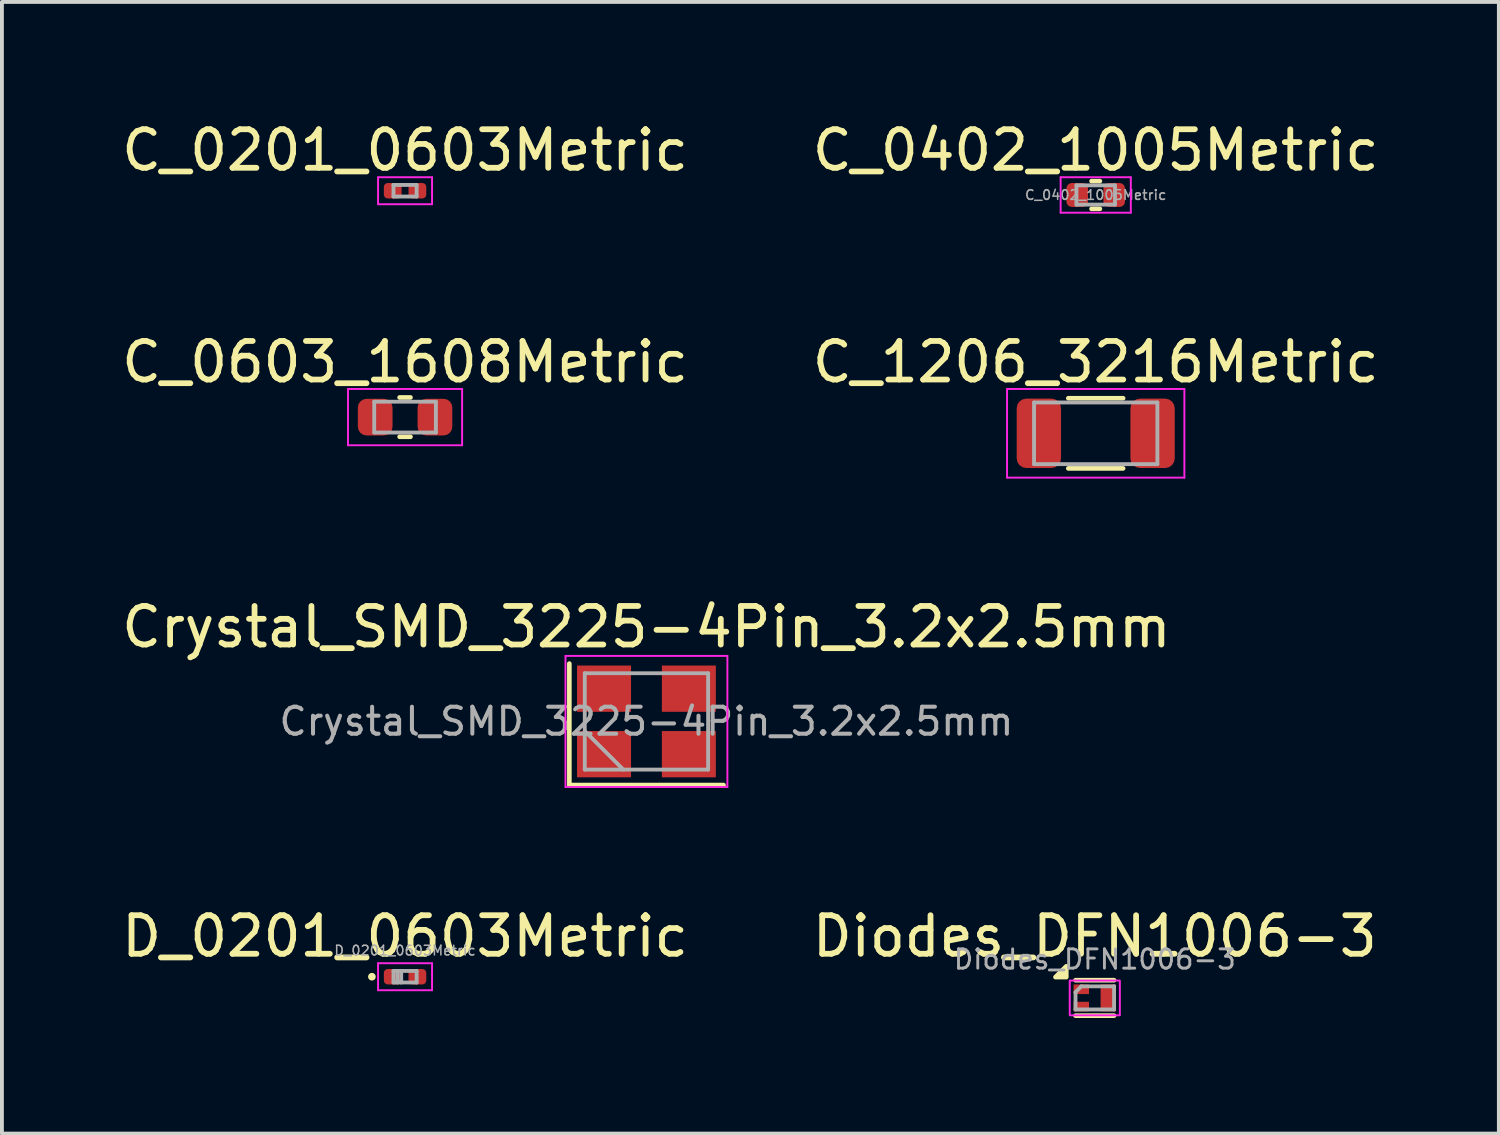
<source format=kicad_pcb>
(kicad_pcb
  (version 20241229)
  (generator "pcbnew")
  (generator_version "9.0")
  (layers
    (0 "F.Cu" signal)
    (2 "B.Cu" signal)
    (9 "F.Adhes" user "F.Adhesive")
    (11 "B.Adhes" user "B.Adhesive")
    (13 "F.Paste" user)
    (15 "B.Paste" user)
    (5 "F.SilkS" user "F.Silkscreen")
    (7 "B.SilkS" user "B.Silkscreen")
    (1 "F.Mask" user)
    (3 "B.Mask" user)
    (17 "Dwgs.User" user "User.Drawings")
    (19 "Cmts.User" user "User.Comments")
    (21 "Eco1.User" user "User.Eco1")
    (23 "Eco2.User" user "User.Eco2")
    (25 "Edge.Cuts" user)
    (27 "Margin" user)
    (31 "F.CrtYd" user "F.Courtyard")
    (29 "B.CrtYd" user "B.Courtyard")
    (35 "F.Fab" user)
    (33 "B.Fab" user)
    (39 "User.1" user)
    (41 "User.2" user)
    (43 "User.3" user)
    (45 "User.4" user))
  (footprint "D_0201_0603Metric"
    (layer "F.Cu")
    (at 7.458 22.288)
    (property "Reference" "D_0201_0603Metric" (at 0 -1.05 0) (layer "F.SilkS") (effects (font (size 1 1) (thickness 0.15))))
    (attr smd)
    (fp_circle (center -0.86 0) (end -0.81 0) (stroke (width 0.1) (type solid)) (fill no) (layer "F.SilkS"))
    (fp_line (start -0.7 -0.35) (end 0.7 -0.35) (stroke (width 0.05) (type solid)) (layer "F.CrtYd"))
    (fp_line (start -0.7 0.35) (end -0.7 -0.35) (stroke (width 0.05) (type solid)) (layer "F.CrtYd"))
    (fp_line (start 0.7 -0.35) (end 0.7 0.35) (stroke (width 0.05) (type solid)) (layer "F.CrtYd"))
    (fp_line (start 0.7 0.35) (end -0.7 0.35) (stroke (width 0.05) (type solid)) (layer "F.CrtYd"))
    (fp_line (start -0.3 -0.15) (end 0.3 -0.15) (stroke (width 0.1) (type solid)) (layer "F.Fab"))
    (fp_line (start -0.3 0.15) (end -0.3 -0.15) (stroke (width 0.1) (type solid)) (layer "F.Fab"))
    (fp_line (start -0.2 0.15) (end -0.2 -0.15) (stroke (width 0.1) (type solid)) (layer "F.Fab"))
    (fp_line (start -0.1 0.15) (end -0.1 -0.15) (stroke (width 0.1) (type solid)) (layer "F.Fab"))
    (fp_line (start 0.3 -0.15) (end 0.3 0.15) (stroke (width 0.1) (type solid)) (layer "F.Fab"))
    (fp_line (start 0.3 0.15) (end -0.3 0.15) (stroke (width 0.1) (type solid)) (layer "F.Fab"))
    (fp_text user "${REFERENCE}" (at 0 -0.68 0) (layer "F.Fab") (effects (font (size 0.25 0.25) (thickness 0.04))))
    (pad "" smd roundrect (at -0.345 0) (size 0.318 0.36) (layers "F.Paste") (roundrect_rratio 0.25))
    (pad "" smd roundrect (at 0.345 0) (size 0.318 0.36) (layers "F.Paste") (roundrect_rratio 0.25))
    (pad "1" smd roundrect (at -0.32 0) (size 0.46 0.4) (layers "F.Cu" "F.Mask") (roundrect_rratio 0.25))
    (pad "2" smd roundrect (at 0.32 0) (size 0.46 0.4) (layers "F.Cu" "F.Mask") (roundrect_rratio 0.25)))
  (footprint "Crystal_SMD_3225-4Pin_3.2x2.5mm"
    (layer "F.Cu")
    (at 13.72 15.665)
    (property "Reference" "Crystal_SMD_3225-4Pin_3.2x2.5mm" (at 0 -2.45 0) (layer "F.SilkS") (effects (font (size 1 1) (thickness 0.15))))
    (attr smd)
    (fp_line (start -2 1.65) (end -2 -1.5) (stroke (width 0.12) (type solid)) (layer "F.SilkS"))
    (fp_line (start 2 1.65) (end -2 1.65) (stroke (width 0.12) (type solid)) (layer "F.SilkS"))
    (fp_line (start -2.1 -1.7) (end 2.1 -1.7) (stroke (width 0.05) (type solid)) (layer "F.CrtYd"))
    (fp_line (start -2.1 1.7) (end -2.1 -1.7) (stroke (width 0.05) (type solid)) (layer "F.CrtYd"))
    (fp_line (start 2.1 -1.7) (end 2.1 1.7) (stroke (width 0.05) (type solid)) (layer "F.CrtYd"))
    (fp_line (start 2.1 1.7) (end -2.1 1.7) (stroke (width 0.05) (type solid)) (layer "F.CrtYd"))
    (fp_line (start -1.6 -1.25) (end 1.6 -1.25) (stroke (width 0.1) (type solid)) (layer "F.Fab"))
    (fp_line (start -1.6 1.25) (end -1.6 -1.25) (stroke (width 0.1) (type solid)) (layer "F.Fab"))
    (fp_line (start -0.6 1.25) (end -1.6 0.25) (stroke (width 0.1) (type solid)) (layer "F.Fab"))
    (fp_line (start 1.6 -1.25) (end 1.6 1.25) (stroke (width 0.1) (type solid)) (layer "F.Fab"))
    (fp_line (start 1.6 1.25) (end -1.6 1.25) (stroke (width 0.1) (type solid)) (layer "F.Fab"))
    (fp_text user "${REFERENCE}" (at 0 0 0) (layer "F.Fab") (effects (font (size 0.7 0.7) (thickness 0.105))))
    (pad "1" smd rect (at -1.1 0.85 180) (size 1.4 1.2) (layers "F.Cu" "F.Mask" "F.Paste"))
    (pad "2" smd rect (at 1.1 0.85 180) (size 1.4 1.2) (layers "F.Cu" "F.Mask" "F.Paste"))
    (pad "3" smd rect (at 1.1 -0.85 180) (size 1.4 1.2) (layers "F.Cu" "F.Mask" "F.Paste"))
    (pad "4" smd rect (at -1.1 -0.85 180) (size 1.4 1.2) (layers "F.Cu" "F.Mask" "F.Paste")))
  (footprint "C_0402_1005Metric"
    (layer "F.Cu")
    (at 25.375 2.008)
    (property "Reference" "C_0402_1005Metric" (at 0 -1.16 0) (layer "F.SilkS") (effects (font (size 1 1) (thickness 0.15))))
    (attr smd)
    (fp_line (start -0.108 -0.36) (end 0.108 -0.36) (stroke (width 0.12) (type solid)) (layer "F.SilkS"))
    (fp_line (start -0.108 0.36) (end 0.108 0.36) (stroke (width 0.12) (type solid)) (layer "F.SilkS"))
    (fp_line (start -0.91 -0.46) (end 0.91 -0.46) (stroke (width 0.05) (type solid)) (layer "F.CrtYd"))
    (fp_line (start -0.91 0.46) (end -0.91 -0.46) (stroke (width 0.05) (type solid)) (layer "F.CrtYd"))
    (fp_line (start 0.91 -0.46) (end 0.91 0.46) (stroke (width 0.05) (type solid)) (layer "F.CrtYd"))
    (fp_line (start 0.91 0.46) (end -0.91 0.46) (stroke (width 0.05) (type solid)) (layer "F.CrtYd"))
    (fp_line (start -0.5 -0.25) (end 0.5 -0.25) (stroke (width 0.1) (type solid)) (layer "F.Fab"))
    (fp_line (start -0.5 0.25) (end -0.5 -0.25) (stroke (width 0.1) (type solid)) (layer "F.Fab"))
    (fp_line (start 0.5 -0.25) (end 0.5 0.25) (stroke (width 0.1) (type solid)) (layer "F.Fab"))
    (fp_line (start 0.5 0.25) (end -0.5 0.25) (stroke (width 0.1) (type solid)) (layer "F.Fab"))
    (fp_text user "${REFERENCE}" (at 0 0 0) (layer "F.Fab") (effects (font (size 0.25 0.25) (thickness 0.04))))
    (pad "1" smd roundrect (at -0.48 0 180) (size 0.56 0.62) (layers "F.Cu" "F.Mask" "F.Paste") (roundrect_rratio 0.25))
    (pad "2" smd roundrect (at 0.48 0 180) (size 0.56 0.62) (layers "F.Cu" "F.Mask" "F.Paste") (roundrect_rratio 0.25)))
  (footprint "C_0201_0603Metric"
    (layer "F.Cu")
    (at 7.458 1.898)
    (property "Reference" "C_0201_0603Metric" (at 0 -1.05 0) (layer "F.SilkS") (effects (font (size 1 1) (thickness 0.15))))
    (attr smd)
    (fp_line (start -0.7 -0.35) (end -0.7 0.35) (stroke (width 0.05) (type solid)) (layer "F.CrtYd"))
    (fp_line (start -0.7 0.35) (end 0.7 0.35) (stroke (width 0.05) (type solid)) (layer "F.CrtYd"))
    (fp_line (start 0.7 -0.35) (end -0.7 -0.35) (stroke (width 0.05) (type solid)) (layer "F.CrtYd"))
    (fp_line (start 0.7 0.35) (end 0.7 -0.35) (stroke (width 0.05) (type solid)) (layer "F.CrtYd"))
    (fp_line (start -0.3 -0.15) (end -0.3 0.15) (stroke (width 0.1) (type solid)) (layer "F.Fab"))
    (fp_line (start -0.3 0.15) (end 0.3 0.15) (stroke (width 0.1) (type solid)) (layer "F.Fab"))
    (fp_line (start 0.3 -0.15) (end -0.3 -0.15) (stroke (width 0.1) (type solid)) (layer "F.Fab"))
    (fp_line (start 0.3 0.15) (end 0.3 -0.15) (stroke (width 0.1) (type solid)) (layer "F.Fab"))
    (pad "" smd roundrect (at -0.345 0 180) (size 0.318 0.36) (layers "F.Paste") (roundrect_rratio 0.25))
    (pad "" smd roundrect (at 0.345 0 180) (size 0.318 0.36) (layers "F.Paste") (roundrect_rratio 0.25))
    (pad "1" smd roundrect (at -0.32 0 180) (size 0.46 0.4) (layers "F.Cu" "F.Mask") (roundrect_rratio 0.25))
    (pad "2" smd roundrect (at 0.32 0 180) (size 0.46 0.4) (layers "F.Cu" "F.Mask") (roundrect_rratio 0.25)))
  (footprint "Diodes_DFN1006-3"
    (layer "F.Cu")
    (at 25.351 22.838)
    (property "Reference" "Diodes_DFN1006-3" (at 0 -1.6 0) (layer "F.SilkS") (effects (font (size 1 1) (thickness 0.15))))
    (attr smd)
    (fp_line (start -0.5 -0.46) (end 0.5 -0.46) (stroke (width 0.12) (type solid)) (layer "F.SilkS"))
    (fp_line (start -0.5 0.46) (end 0.5 0.46) (stroke (width 0.12) (type solid)) (layer "F.SilkS"))
    (fp_poly (pts (xy -0.74 -0.54) (xy -1.02 -0.54) (xy -0.74 -0.82) (xy -0.74 -0.54)) (stroke (width 0.12) (type solid)) (fill yes) (layer "F.SilkS"))
    (fp_rect (start -0.65 -0.45) (end 0.65 0.45) (stroke (width 0.05) (type default)) (fill no) (layer "F.CrtYd"))
    (fp_line (start -0.5 0.3) (end -0.5 -0.15) (stroke (width 0.1) (type solid)) (layer "F.Fab"))
    (fp_line (start -0.35 -0.3) (end -0.5 -0.15) (stroke (width 0.1) (type solid)) (layer "F.Fab"))
    (fp_line (start -0.35 -0.3) (end 0.5 -0.3) (stroke (width 0.1) (type solid)) (layer "F.Fab"))
    (fp_line (start 0.5 -0.3) (end 0.5 0.3) (stroke (width 0.1) (type solid)) (layer "F.Fab"))
    (fp_line (start 0.5 0.3) (end -0.5 0.3) (stroke (width 0.1) (type solid)) (layer "F.Fab"))
    (fp_text user "${REFERENCE}" (at 0 -1 0) (layer "F.Fab") (effects (font (size 0.5 0.5) (thickness 0.075))))
    (pad "1" smd rect (at -0.35 -0.225 90) (size 0.25 0.4) (layers "F.Cu" "F.Mask" "F.Paste"))
    (pad "2" smd rect (at -0.35 0.225 90) (size 0.25 0.4) (layers "F.Cu" "F.Mask" "F.Paste"))
    (pad "3" smd rect (at 0.35 0 90) (size 0.7 0.4) (layers "F.Cu" "F.Mask" "F.Paste")))
  (footprint "C_1206_3216Metric"
    (layer "F.Cu")
    (at 25.375 8.191)
    (property "Reference" "C_1206_3216Metric" (at 0 -1.85 180) (layer "F.SilkS") (effects (font (size 1 1) (thickness 0.15))))
    (attr smd)
    (fp_line (start -0.711 -0.91) (end 0.711 -0.91) (stroke (width 0.12) (type solid)) (layer "F.SilkS"))
    (fp_line (start -0.711 0.91) (end 0.711 0.91) (stroke (width 0.12) (type solid)) (layer "F.SilkS"))
    (fp_line (start -2.3 -1.15) (end 2.3 -1.15) (stroke (width 0.05) (type solid)) (layer "F.CrtYd"))
    (fp_line (start -2.3 1.15) (end -2.3 -1.15) (stroke (width 0.05) (type solid)) (layer "F.CrtYd"))
    (fp_line (start 2.3 -1.15) (end 2.3 1.15) (stroke (width 0.05) (type solid)) (layer "F.CrtYd"))
    (fp_line (start 2.3 1.15) (end -2.3 1.15) (stroke (width 0.05) (type solid)) (layer "F.CrtYd"))
    (fp_line (start -1.6 -0.8) (end 1.6 -0.8) (stroke (width 0.1) (type solid)) (layer "F.Fab"))
    (fp_line (start -1.6 0.8) (end -1.6 -0.8) (stroke (width 0.1) (type solid)) (layer "F.Fab"))
    (fp_line (start 1.6 -0.8) (end 1.6 0.8) (stroke (width 0.1) (type solid)) (layer "F.Fab"))
    (fp_line (start 1.6 0.8) (end -1.6 0.8) (stroke (width 0.1) (type solid)) (layer "F.Fab"))
    (pad "1" smd roundrect (at -1.475 0) (size 1.15 1.8) (layers "F.Cu" "F.Mask" "F.Paste") (roundrect_rratio 0.217))
    (pad "2" smd roundrect (at 1.475 0) (size 1.15 1.8) (layers "F.Cu" "F.Mask" "F.Paste") (roundrect_rratio 0.217)))
  (footprint "C_0603_1608Metric"
    (layer "F.Cu")
    (at 7.458 7.771)
    (property "Reference" "C_0603_1608Metric" (at 0 -1.43 0) (layer "F.SilkS") (effects (font (size 1 1) (thickness 0.15))))
    (attr smd)
    (fp_line (start -0.141 -0.51) (end 0.141 -0.51) (stroke (width 0.12) (type solid)) (layer "F.SilkS"))
    (fp_line (start -0.141 0.51) (end 0.141 0.51) (stroke (width 0.12) (type solid)) (layer "F.SilkS"))
    (fp_line (start -1.48 -0.73) (end 1.48 -0.73) (stroke (width 0.05) (type solid)) (layer "F.CrtYd"))
    (fp_line (start -1.48 0.73) (end -1.48 -0.73) (stroke (width 0.05) (type solid)) (layer "F.CrtYd"))
    (fp_line (start 1.48 -0.73) (end 1.48 0.73) (stroke (width 0.05) (type solid)) (layer "F.CrtYd"))
    (fp_line (start 1.48 0.73) (end -1.48 0.73) (stroke (width 0.05) (type solid)) (layer "F.CrtYd"))
    (fp_line (start -0.8 -0.4) (end 0.8 -0.4) (stroke (width 0.1) (type solid)) (layer "F.Fab"))
    (fp_line (start -0.8 0.4) (end -0.8 -0.4) (stroke (width 0.1) (type solid)) (layer "F.Fab"))
    (fp_line (start 0.8 -0.4) (end 0.8 0.4) (stroke (width 0.1) (type solid)) (layer "F.Fab"))
    (fp_line (start 0.8 0.4) (end -0.8 0.4) (stroke (width 0.1) (type solid)) (layer "F.Fab"))
    (pad "1" smd roundrect (at -0.775 0) (size 0.9 0.95) (layers "F.Cu" "F.Mask" "F.Paste") (roundrect_rratio 0.25))
    (pad "2" smd roundrect (at 0.775 0) (size 0.9 0.95) (layers "F.Cu" "F.Mask" "F.Paste") (roundrect_rratio 0.25)))
  (gr_rect
    (start -3 -3)
    (end 35.833 26.358)
    (stroke (width 0.1) (type default))
    (fill no)
    (layer "Edge.Cuts")))
</source>
